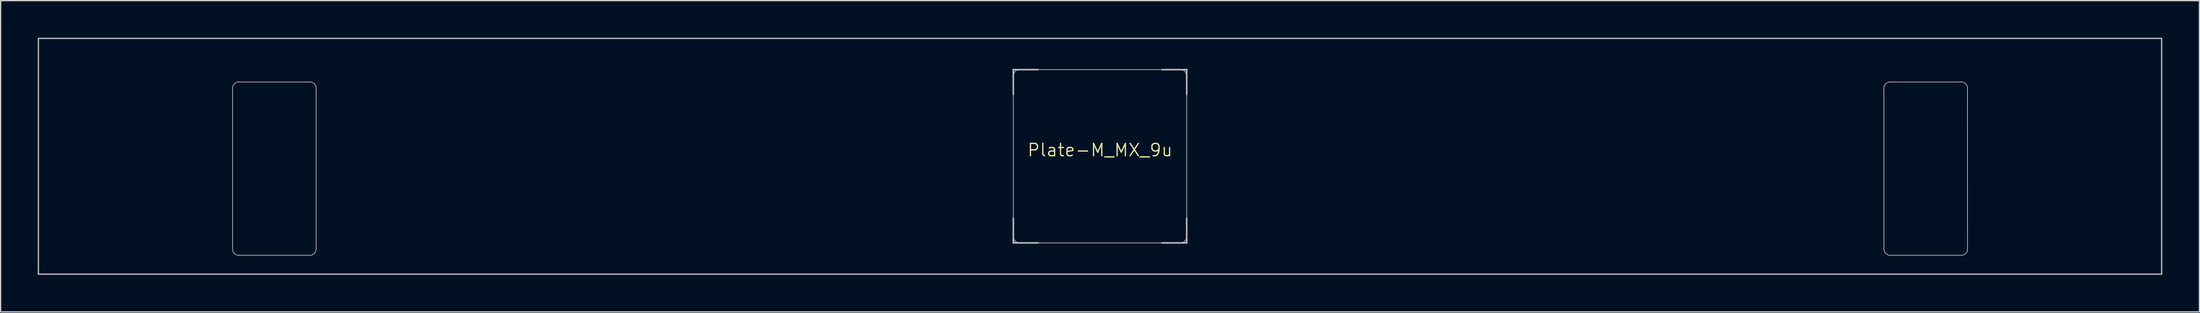
<source format=kicad_pcb>
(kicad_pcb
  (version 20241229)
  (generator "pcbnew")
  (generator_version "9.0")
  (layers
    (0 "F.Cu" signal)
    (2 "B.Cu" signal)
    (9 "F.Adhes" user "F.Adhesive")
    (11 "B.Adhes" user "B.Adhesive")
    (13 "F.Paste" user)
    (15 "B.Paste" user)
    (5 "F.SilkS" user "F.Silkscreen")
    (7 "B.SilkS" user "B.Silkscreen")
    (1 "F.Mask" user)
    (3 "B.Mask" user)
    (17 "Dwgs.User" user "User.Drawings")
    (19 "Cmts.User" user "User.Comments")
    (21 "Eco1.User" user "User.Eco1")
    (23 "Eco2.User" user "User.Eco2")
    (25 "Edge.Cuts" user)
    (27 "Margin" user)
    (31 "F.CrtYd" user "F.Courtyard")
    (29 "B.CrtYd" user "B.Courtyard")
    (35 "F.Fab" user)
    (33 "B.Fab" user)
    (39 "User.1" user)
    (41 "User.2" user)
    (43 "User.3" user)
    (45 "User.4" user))
  (footprint "Plate-M_MX_9u"
    (layer "F.Cu")
    (at 85.775 9.575)
    (property "Reference" "Plate-M_MX_9u" (at 0 -0.5 0) (unlocked yes) (layer "F.SilkS") (effects (font (size 1 1) (thickness 0.1))))
    (attr exclude_from_pos_files exclude_from_bom allow_missing_courtyard)
    (fp_line (start -70.05 -5.5) (end -70.05 7.5) (stroke (width 1.1) (type solid)) (layer "F.Mask"))
    (fp_line (start -69.55 -6) (end -63.8 -6) (stroke (width 1.1) (type solid)) (layer "F.Mask"))
    (fp_line (start -69.55 8) (end -63.8 8) (stroke (width 1.1) (type solid)) (layer "F.Mask"))
    (fp_line (start -63.3 -5.5) (end -63.3 7.5) (stroke (width 1.1) (type solid)) (layer "F.Mask"))
    (fp_line (start -7 -6.5) (end -7 6.5) (stroke (width 1.1) (type solid)) (layer "F.Mask"))
    (fp_line (start -6.5 7) (end 6.5 7) (stroke (width 1.1) (type solid)) (layer "F.Mask"))
    (fp_line (start 6.5 -7) (end -6.5 -7) (stroke (width 1.1) (type solid)) (layer "F.Mask"))
    (fp_line (start 7 6.5) (end 7 -6.5) (stroke (width 1.1) (type solid)) (layer "F.Mask"))
    (fp_line (start 63.3 -5.5) (end 63.3 7.5) (stroke (width 1.1) (type solid)) (layer "F.Mask"))
    (fp_line (start 63.8 -6) (end 69.55 -6) (stroke (width 1.1) (type solid)) (layer "F.Mask"))
    (fp_line (start 63.8 8) (end 69.55 8) (stroke (width 1.1) (type solid)) (layer "F.Mask"))
    (fp_line (start 70.05 -5.5) (end 70.05 7.5) (stroke (width 1.1) (type solid)) (layer "F.Mask"))
    (fp_arc (start -70.05 -5.499999) (mid -69.903553 -5.853552) (end -69.55 -5.999999) (stroke (width 1.1) (type solid)) (layer "F.Mask"))
    (fp_arc (start -69.55 8.000001) (mid -69.903553 7.853554) (end -70.05 7.500001) (stroke (width 1.1) (type solid)) (layer "F.Mask"))
    (fp_arc (start -63.8 -5.999999) (mid -63.446447 -5.853552) (end -63.3 -5.499999) (stroke (width 1.1) (type solid)) (layer "F.Mask"))
    (fp_arc (start -63.3 7.500001) (mid -63.446447 7.853554) (end -63.8 8.000001) (stroke (width 1.1) (type solid)) (layer "F.Mask"))
    (fp_arc (start -7 -6.5) (mid -6.853554 -6.853554) (end -6.5 -7) (stroke (width 1.1) (type solid)) (layer "F.Mask"))
    (fp_arc (start -6.497236 6.998884) (mid -6.85079 6.852438) (end -6.997236 6.498884) (stroke (width 1.1) (type solid)) (layer "F.Mask"))
    (fp_arc (start 6.5 -7) (mid 6.853554 -6.853554) (end 7 -6.5) (stroke (width 1.1) (type solid)) (layer "F.Mask"))
    (fp_arc (start 7 6.5) (mid 6.853554 6.853554) (end 6.5 7) (stroke (width 1.1) (type solid)) (layer "F.Mask"))
    (fp_arc (start 63.3 -5.499999) (mid 63.446447 -5.853552) (end 63.8 -5.999999) (stroke (width 1.1) (type solid)) (layer "F.Mask"))
    (fp_arc (start 63.8 8.000001) (mid 63.446447 7.853554) (end 63.3 7.500001) (stroke (width 1.1) (type solid)) (layer "F.Mask"))
    (fp_arc (start 69.55 -5.999999) (mid 69.903553 -5.853552) (end 70.05 -5.499999) (stroke (width 1.1) (type solid)) (layer "F.Mask"))
    (fp_arc (start 70.05 7.500001) (mid 69.903553 7.853554) (end 69.55 8.000001) (stroke (width 1.1) (type solid)) (layer "F.Mask"))
    (fp_line (start -70.05 -5.5) (end -70.05 7.5) (stroke (width 1.1) (type solid)) (layer "B.Mask"))
    (fp_line (start -63.8 -6) (end -69.55 -6) (stroke (width 1.1) (type solid)) (layer "B.Mask"))
    (fp_line (start -63.8 8) (end -69.55 8) (stroke (width 1.1) (type solid)) (layer "B.Mask"))
    (fp_line (start -63.3 -5.5) (end -63.3 7.5) (stroke (width 1.1) (type solid)) (layer "B.Mask"))
    (fp_line (start -7 6.5) (end -7 -6.5) (stroke (width 1.1) (type solid)) (layer "B.Mask"))
    (fp_line (start -6.5 -7) (end 6.5 -7) (stroke (width 1.1) (type solid)) (layer "B.Mask"))
    (fp_line (start 6.5 7) (end -6.5 7) (stroke (width 1.1) (type solid)) (layer "B.Mask"))
    (fp_line (start 7 -6.5) (end 7 6.5) (stroke (width 1.1) (type solid)) (layer "B.Mask"))
    (fp_line (start 63.3 -5.5) (end 63.3 7.5) (stroke (width 1.1) (type solid)) (layer "B.Mask"))
    (fp_line (start 69.55 -6) (end 63.8 -6) (stroke (width 1.1) (type solid)) (layer "B.Mask"))
    (fp_line (start 69.55 8) (end 63.8 8) (stroke (width 1.1) (type solid)) (layer "B.Mask"))
    (fp_line (start 70.05 -5.5) (end 70.05 7.5) (stroke (width 1.1) (type solid)) (layer "B.Mask"))
    (fp_arc (start -70.05 -5.499999) (mid -69.903553 -5.853552) (end -69.55 -5.999999) (stroke (width 1.1) (type solid)) (layer "B.Mask"))
    (fp_arc (start -69.55 8.000001) (mid -69.903553 7.853554) (end -70.05 7.500001) (stroke (width 1.1) (type solid)) (layer "B.Mask"))
    (fp_arc (start -63.8 -5.999999) (mid -63.446447 -5.853552) (end -63.3 -5.499999) (stroke (width 1.1) (type solid)) (layer "B.Mask"))
    (fp_arc (start -63.3 7.500001) (mid -63.446447 7.853554) (end -63.8 8.000001) (stroke (width 1.1) (type solid)) (layer "B.Mask"))
    (fp_arc (start -7 -6.5) (mid -6.853553 -6.853553) (end -6.5 -7) (stroke (width 1.1) (type solid)) (layer "B.Mask"))
    (fp_arc (start -6.5 7) (mid -6.853553 6.853553) (end -7 6.5) (stroke (width 1.1) (type solid)) (layer "B.Mask"))
    (fp_arc (start 6.5 -7) (mid 6.853554 -6.853554) (end 7 -6.5) (stroke (width 1.1) (type solid)) (layer "B.Mask"))
    (fp_arc (start 6.997236 6.498884) (mid 6.85079 6.852438) (end 6.497236 6.998884) (stroke (width 1.1) (type solid)) (layer "B.Mask"))
    (fp_arc (start 63.3 -5.499999) (mid 63.446447 -5.853552) (end 63.8 -5.999999) (stroke (width 1.1) (type solid)) (layer "B.Mask"))
    (fp_arc (start 63.8 8.000001) (mid 63.446447 7.853554) (end 63.3 7.500001) (stroke (width 1.1) (type solid)) (layer "B.Mask"))
    (fp_arc (start 69.55 -5.999999) (mid 69.903553 -5.853552) (end 70.05 -5.499999) (stroke (width 1.1) (type solid)) (layer "B.Mask"))
    (fp_arc (start 70.05 7.500001) (mid 69.903553 7.853554) (end 69.55 8.000001) (stroke (width 1.1) (type solid)) (layer "B.Mask"))
    (fp_line (start -7 -7) (end -5 -7) (stroke (width 0.12) (type solid)) (layer "Dwgs.User"))
    (fp_line (start -7 -5) (end -7 -7) (stroke (width 0.12) (type solid)) (layer "Dwgs.User"))
    (fp_line (start -7 7) (end -7 5) (stroke (width 0.12) (type solid)) (layer "Dwgs.User"))
    (fp_line (start -5 7) (end -7 7) (stroke (width 0.12) (type solid)) (layer "Dwgs.User"))
    (fp_line (start 5 -7) (end 7 -7) (stroke (width 0.12) (type solid)) (layer "Dwgs.User"))
    (fp_line (start 5 7) (end 7 7) (stroke (width 0.12) (type solid)) (layer "Dwgs.User"))
    (fp_line (start 7 -7) (end 7 -5) (stroke (width 0.12) (type solid)) (layer "Dwgs.User"))
    (fp_line (start 7 7) (end 7 5) (stroke (width 0.12) (type solid)) (layer "Dwgs.User"))
    (fp_rect (start -85.725 -9.525) (end 85.725 9.525) (stroke (width 0.1) (type solid)) (fill no) (layer "Dwgs.User"))
    (fp_line (start -70.05 -5.5) (end -70.05 7.5) (stroke (width 0.05) (type solid)) (layer "Edge.Cuts"))
    (fp_line (start -69.55 -6) (end -63.8 -6) (stroke (width 0.05) (type solid)) (layer "Edge.Cuts"))
    (fp_line (start -69.55 8) (end -63.8 8) (stroke (width 0.05) (type solid)) (layer "Edge.Cuts"))
    (fp_line (start -63.3 -5.5) (end -63.3 7.5) (stroke (width 0.05) (type solid)) (layer "Edge.Cuts"))
    (fp_line (start -7 -6.5) (end -7 6.5) (stroke (width 0.05) (type solid)) (layer "Edge.Cuts"))
    (fp_line (start -6.5 7) (end 6.5 7) (stroke (width 0.05) (type solid)) (layer "Edge.Cuts"))
    (fp_line (start 6.5 -7) (end -6.5 -7) (stroke (width 0.05) (type solid)) (layer "Edge.Cuts"))
    (fp_line (start 7 6.5) (end 7 -6.5) (stroke (width 0.05) (type solid)) (layer "Edge.Cuts"))
    (fp_line (start 63.301 -5.5) (end 63.301 7.5) (stroke (width 0.05) (type solid)) (layer "Edge.Cuts"))
    (fp_line (start 63.801 -6) (end 69.549 -6) (stroke (width 0.05) (type solid)) (layer "Edge.Cuts"))
    (fp_line (start 63.801 8) (end 69.551 8) (stroke (width 0.05) (type solid)) (layer "Edge.Cuts"))
    (fp_line (start 70.049 -5.5) (end 70.051 7.5) (stroke (width 0.05) (type solid)) (layer "Edge.Cuts"))
    (fp_arc (start -70.05 -5.499999) (mid -69.903553 -5.853552) (end -69.55 -5.999999) (stroke (width 0.05) (type solid)) (layer "Edge.Cuts"))
    (fp_arc (start -69.55 8.000001) (mid -69.903553 7.853554) (end -70.05 7.500001) (stroke (width 0.05) (type solid)) (layer "Edge.Cuts"))
    (fp_arc (start -63.8 -5.999999) (mid -63.446447 -5.853552) (end -63.3 -5.499999) (stroke (width 0.05) (type solid)) (layer "Edge.Cuts"))
    (fp_arc (start -63.3 7.500001) (mid -63.446447 7.853554) (end -63.8 8.000001) (stroke (width 0.05) (type solid)) (layer "Edge.Cuts"))
    (fp_arc (start -7 -6.5) (mid -6.853553 -6.853553) (end -6.5 -7) (stroke (width 0.05) (type solid)) (layer "Edge.Cuts"))
    (fp_arc (start -6.497236 6.998884) (mid -6.850789 6.852437) (end -6.997236 6.498884) (stroke (width 0.05) (type solid)) (layer "Edge.Cuts"))
    (fp_arc (start 6.5 -7) (mid 6.853554 -6.853554) (end 7 -6.5) (stroke (width 0.05) (type solid)) (layer "Edge.Cuts"))
    (fp_arc (start 7 6.5) (mid 6.853554 6.853554) (end 6.5 7) (stroke (width 0.05) (type solid)) (layer "Edge.Cuts"))
    (fp_arc (start 63.300605 -5.499999) (mid 63.447052 -5.853551) (end 63.800605 -5.999999) (stroke (width 0.05) (type solid)) (layer "Edge.Cuts"))
    (fp_arc (start 63.800605 8.000001) (mid 63.447048 7.853556) (end 63.300605 7.500001) (stroke (width 0.05) (type solid)) (layer "Edge.Cuts"))
    (fp_arc (start 69.549394 -5.999999) (mid 69.902951 -5.853554) (end 70.049394 -5.499999) (stroke (width 0.05) (type solid)) (layer "Edge.Cuts"))
    (fp_arc (start 70.050605 7.500001) (mid 69.904158 7.853556) (end 69.550605 8.000001) (stroke (width 0.05) (type solid)) (layer "Edge.Cuts")))
  (gr_rect
    (start -3 -3)
    (end 174.55 22.15)
    (stroke (width 0.1) (type default))
    (fill no)
    (layer "Edge.Cuts")))
</source>
